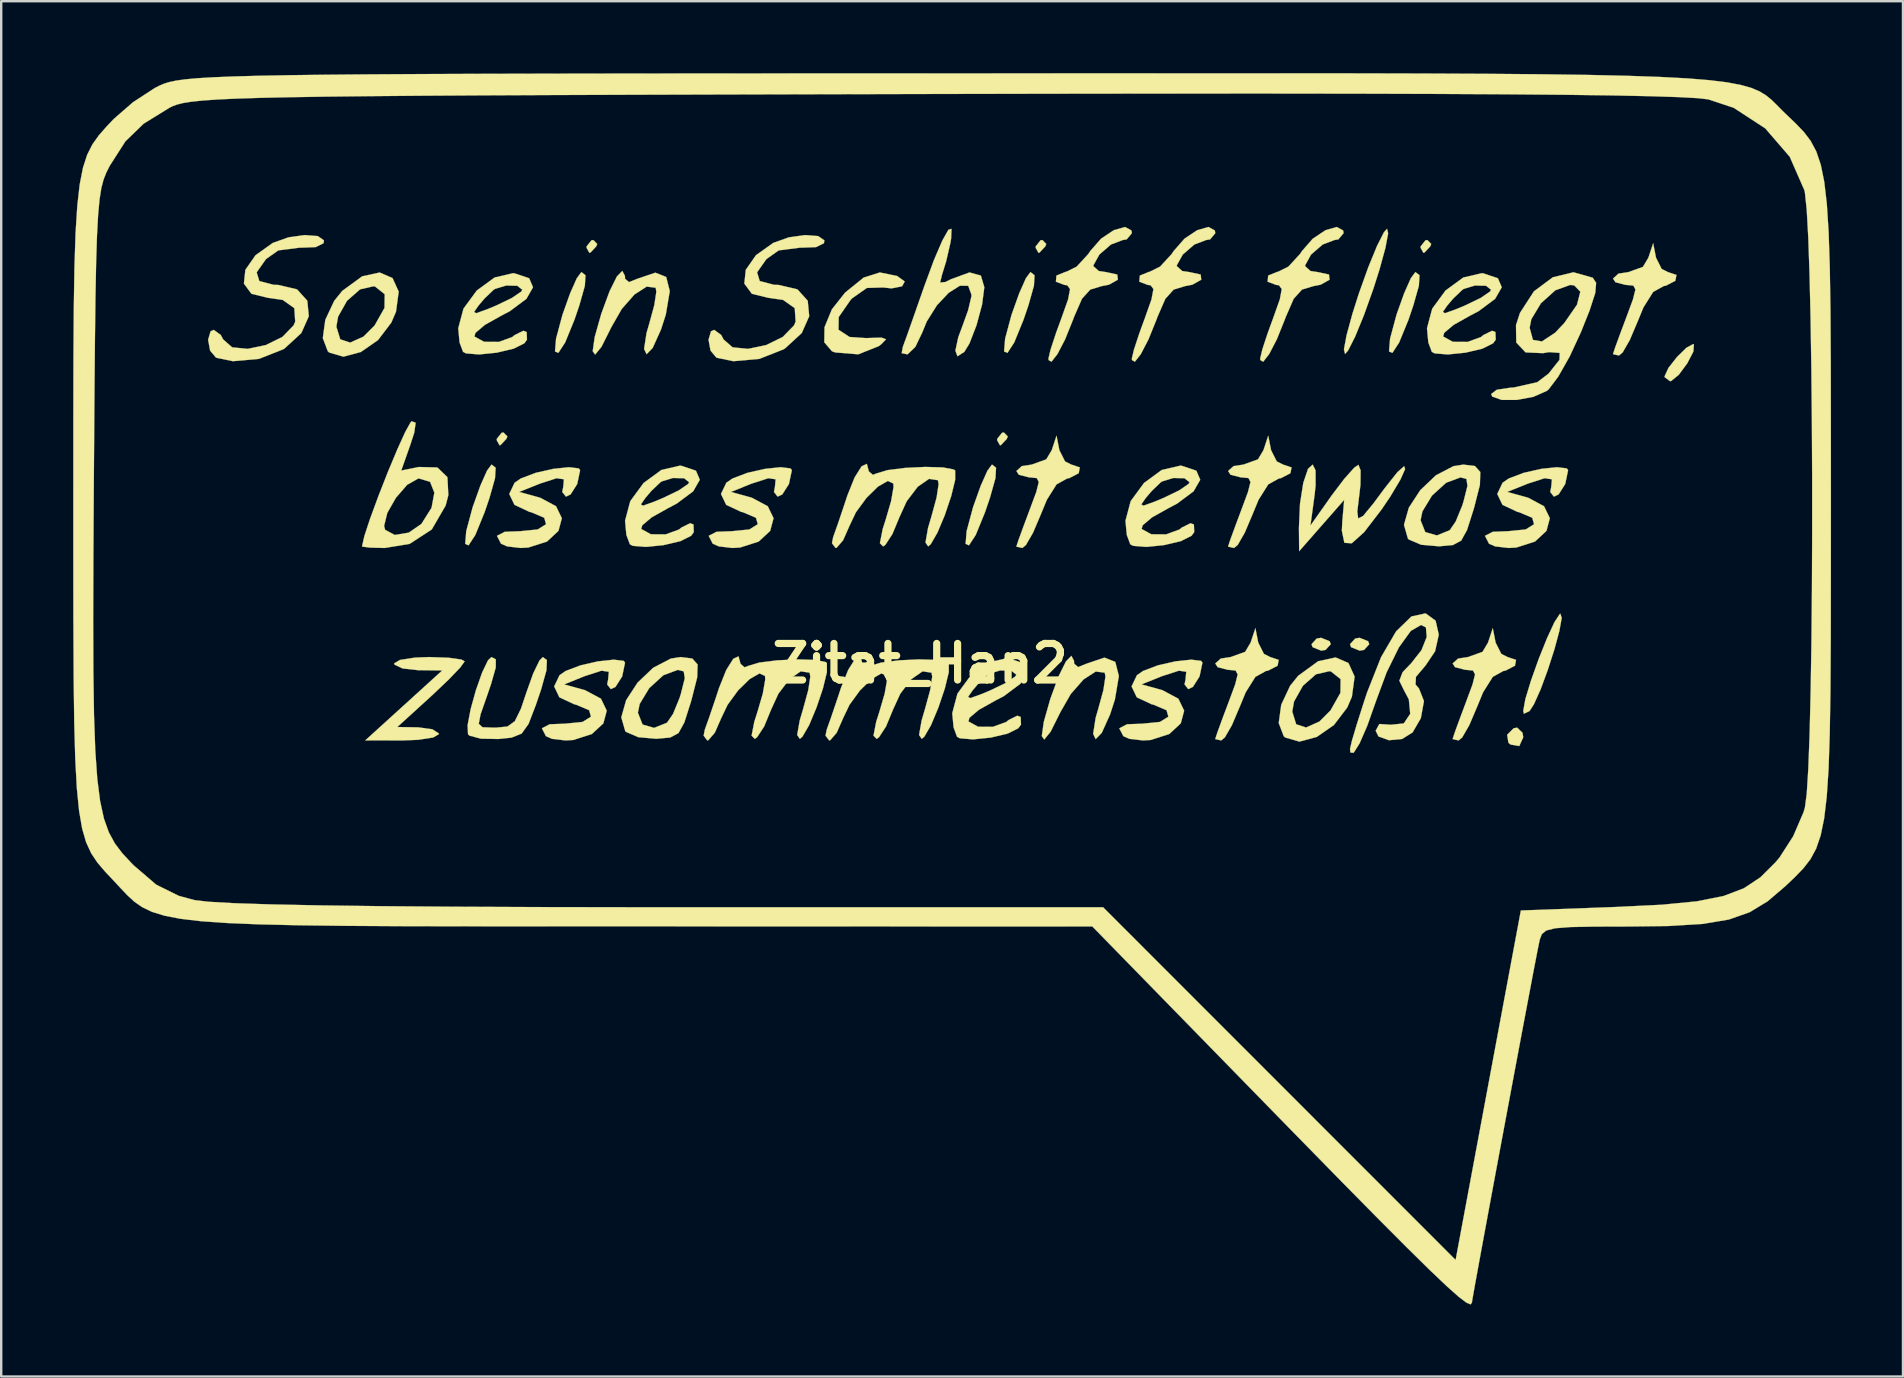
<source format=kicad_pcb>
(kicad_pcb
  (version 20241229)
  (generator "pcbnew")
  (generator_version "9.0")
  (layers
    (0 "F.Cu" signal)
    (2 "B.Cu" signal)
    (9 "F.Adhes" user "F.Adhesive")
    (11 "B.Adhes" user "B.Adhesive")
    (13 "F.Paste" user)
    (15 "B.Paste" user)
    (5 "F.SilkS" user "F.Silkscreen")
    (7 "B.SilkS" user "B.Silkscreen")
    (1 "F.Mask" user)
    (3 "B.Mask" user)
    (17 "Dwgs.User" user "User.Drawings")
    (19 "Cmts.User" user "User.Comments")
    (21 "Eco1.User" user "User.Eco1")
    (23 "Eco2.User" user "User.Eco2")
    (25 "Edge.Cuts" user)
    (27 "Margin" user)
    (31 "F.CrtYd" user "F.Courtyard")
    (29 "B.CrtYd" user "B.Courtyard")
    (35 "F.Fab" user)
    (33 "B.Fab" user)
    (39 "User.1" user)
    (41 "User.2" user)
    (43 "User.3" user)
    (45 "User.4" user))
  (footprint "Zitat_Han2"
    (layer "F.Cu")
    (at 35.298 24.6)
    (property "Reference" "Zitat_Han2" (at 0 0 0) (layer "F.SilkS") (effects (font (size 1.524 1.524) (thickness 0.3))))
    (attr through_hole)
    (fp_poly (pts (xy -17.203 -9.461) (xy -17.245 -9.358) (xy -17.486 -9.103) (xy -17.528 -9.091) (xy -17.643 -9.297) (xy -17.646 -9.358) (xy -17.441 -9.615) (xy -17.363 -9.625) (xy -17.203 -9.461)) (stroke (width 0.01) (type solid)) (fill yes) (layer "F.SilkS"))
    (fp_poly (pts (xy -13.46 -17.483) (xy -13.502 -17.379) (xy -13.742 -17.124) (xy -13.785 -17.112) (xy -13.9 -17.318) (xy -13.903 -17.379) (xy -13.698 -17.636) (xy -13.62 -17.646) (xy -13.46 -17.483)) (stroke (width 0.01) (type solid)) (fill yes) (layer "F.SilkS"))
    (fp_poly (pts (xy 3.651 -9.461) (xy 3.609 -9.358) (xy 3.369 -9.103) (xy 3.326 -9.091) (xy 3.211 -9.297) (xy 3.208 -9.358) (xy 3.414 -9.615) (xy 3.492 -9.625) (xy 3.651 -9.461)) (stroke (width 0.01) (type solid)) (fill yes) (layer "F.SilkS"))
    (fp_poly (pts (xy 5.255 -17.483) (xy 5.214 -17.379) (xy 4.973 -17.124) (xy 4.931 -17.112) (xy 4.816 -17.318) (xy 4.813 -17.379) (xy 5.018 -17.636) (xy 5.096 -17.646) (xy 5.255 -17.483)) (stroke (width 0.01) (type solid)) (fill yes) (layer "F.SilkS"))
    (fp_poly (pts (xy 17.066 -0.925) (xy 17.112 -0.802) (xy 16.895 -0.565) (xy 16.711 -0.535) (xy 16.355 -0.679) (xy 16.309 -0.802) (xy 16.526 -1.039) (xy 16.711 -1.069) (xy 17.066 -0.925)) (stroke (width 0.01) (type solid)) (fill yes) (layer "F.SilkS"))
    (fp_poly (pts (xy 18.671 -0.925) (xy 18.716 -0.802) (xy 18.499 -0.565) (xy 18.315 -0.535) (xy 17.959 -0.679) (xy 17.914 -0.802) (xy 18.13 -1.039) (xy 18.315 -1.069) (xy 18.671 -0.925)) (stroke (width 0.01) (type solid)) (fill yes) (layer "F.SilkS"))
    (fp_poly (pts (xy 21.298 -17.483) (xy 21.256 -17.379) (xy 21.016 -17.124) (xy 20.973 -17.112) (xy 20.858 -17.318) (xy 20.855 -17.379) (xy 21.06 -17.636) (xy 21.138 -17.646) (xy 21.298 -17.483)) (stroke (width 0.01) (type solid)) (fill yes) (layer "F.SilkS"))
    (fp_poly (pts (xy 25.104 2.89) (xy 25.133 3.075) (xy 24.968 3.443) (xy 24.599 3.377) (xy 24.516 3.305) (xy 24.462 2.972) (xy 24.733 2.701) (xy 24.881 2.674) (xy 25.104 2.89)) (stroke (width 0.01) (type solid)) (fill yes) (layer "F.SilkS"))
    (fp_poly (pts (xy 32.246 -13.296) (xy 32.223 -12.997) (xy 31.969 -12.508) (xy 31.617 -12.032) (xy 31.298 -11.772) (xy 31.251 -11.764) (xy 31.025 -11.933) (xy 31.024 -11.965) (xy 31.184 -12.317) (xy 31.54 -12.771) (xy 31.936 -13.159) (xy 32.216 -13.31) (xy 32.246 -13.296)) (stroke (width 0.01) (type solid)) (fill yes) (layer "F.SilkS"))
    (fp_poly (pts (xy -17.692 -8.158) (xy -17.718 -7.719) (xy -17.948 -6.902) (xy -18.153 -6.3) (xy -18.539 -5.355) (xy -18.821 -4.923) (xy -18.961 -4.983) (xy -18.917 -5.517) (xy -18.652 -6.506) (xy -18.642 -6.535) (xy -18.33 -7.408) (xy -18.051 -8.036) (xy -17.864 -8.288) (xy -17.859 -8.288) (xy -17.692 -8.158)) (stroke (width 0.01) (type solid)) (fill yes) (layer "F.SilkS"))
    (fp_poly (pts (xy -13.948 -16.179) (xy -13.974 -15.74) (xy -14.204 -14.923) (xy -14.409 -14.321) (xy -14.796 -13.376) (xy -15.078 -12.944) (xy -15.218 -13.004) (xy -15.174 -13.538) (xy -14.908 -14.527) (xy -14.899 -14.556) (xy -14.587 -15.429) (xy -14.308 -16.057) (xy -14.121 -16.309) (xy -14.116 -16.309) (xy -13.948 -16.179)) (stroke (width 0.01) (type solid)) (fill yes) (layer "F.SilkS"))
    (fp_poly (pts (xy 3.163 -8.158) (xy 3.137 -7.719) (xy 2.907 -6.902) (xy 2.702 -6.3) (xy 2.316 -5.355) (xy 2.033 -4.923) (xy 1.894 -4.983) (xy 1.937 -5.517) (xy 2.203 -6.506) (xy 2.212 -6.535) (xy 2.525 -7.408) (xy 2.804 -8.036) (xy 2.991 -8.288) (xy 2.996 -8.288) (xy 3.163 -8.158)) (stroke (width 0.01) (type solid)) (fill yes) (layer "F.SilkS"))
    (fp_poly (pts (xy 4.767 -16.179) (xy 4.741 -15.74) (xy 4.511 -14.923) (xy 4.306 -14.321) (xy 3.92 -13.376) (xy 3.638 -12.944) (xy 3.498 -13.004) (xy 3.541 -13.538) (xy 3.807 -14.527) (xy 3.817 -14.556) (xy 4.129 -15.429) (xy 4.408 -16.057) (xy 4.595 -16.309) (xy 4.6 -16.309) (xy 4.767 -16.179)) (stroke (width 0.01) (type solid)) (fill yes) (layer "F.SilkS"))
    (fp_poly (pts (xy 20.81 -16.179) (xy 20.784 -15.74) (xy 20.553 -14.923) (xy 20.349 -14.321) (xy 19.962 -13.376) (xy 19.68 -12.944) (xy 19.54 -13.004) (xy 19.584 -13.538) (xy 19.85 -14.527) (xy 19.859 -14.556) (xy 20.171 -15.429) (xy 20.45 -16.057) (xy 20.637 -16.309) (xy 20.642 -16.309) (xy 20.81 -16.179)) (stroke (width 0.01) (type solid)) (fill yes) (layer "F.SilkS"))
    (fp_poly (pts (xy 19.503 -17.925) (xy 19.392 -17.33) (xy 19.146 -16.43) (xy 18.885 -15.608) (xy 18.492 -14.51) (xy 18.127 -13.62) (xy 17.838 -13.048) (xy 17.708 -12.899) (xy 17.661 -13.089) (xy 17.772 -13.685) (xy 18.018 -14.585) (xy 18.279 -15.406) (xy 18.672 -16.504) (xy 19.037 -17.395) (xy 19.326 -17.966) (xy 19.457 -18.116) (xy 19.503 -17.925)) (stroke (width 0.01) (type solid)) (fill yes) (layer "F.SilkS"))
    (fp_poly (pts (xy 26.737 -1.899) (xy 26.64 -1.36) (xy 26.434 -0.595) (xy 26.159 0.26) (xy 25.861 1.07) (xy 25.58 1.699) (xy 25.397 1.982) (xy 25.161 2.095) (xy 25.133 1.977) (xy 25.223 1.48) (xy 25.457 0.71) (xy 25.775 -0.181) (xy 26.12 -1.042) (xy 26.433 -1.719) (xy 26.657 -2.062) (xy 26.68 -2.075) (xy 26.737 -1.899)) (stroke (width 0.01) (type solid)) (fill yes) (layer "F.SilkS"))
    (fp_poly (pts (xy -19.648 -0.238) (xy -19.114 -0.162) (xy -18.983 -0.088) (xy -19.167 0.168) (xy -19.65 0.672) (xy -20.331 1.319) (xy -20.387 1.37) (xy -21.791 2.649) (xy -20.922 2.662) (xy -20.33 2.742) (xy -20.055 2.921) (xy -20.053 2.941) (xy -20.295 3.085) (xy -20.923 3.182) (xy -21.59 3.208) (xy -23.127 3.207) (xy -21.523 1.75) (xy -19.919 0.292) (xy -20.922 0.28) (xy -21.566 0.209) (xy -21.908 0.048) (xy -21.924 0) (xy -21.682 -0.146) (xy -21.059 -0.244) (xy -20.454 -0.267) (xy -19.648 -0.238)) (stroke (width 0.01) (type solid)) (fill yes) (layer "F.SilkS"))
    (fp_poly (pts (xy -0.959 -16.148) (xy -0.644 -15.918) (xy -0.755 -15.717) (xy -1.187 -15.632) (xy -1.549 -15.67) (xy -2.221 -15.65) (xy -2.831 -15.222) (xy -2.9 -15.15) (xy -3.395 -14.436) (xy -3.403 -13.907) (xy -2.943 -13.607) (xy -2.262 -13.56) (xy -1.612 -13.58) (xy -1.421 -13.511) (xy -1.616 -13.308) (xy -1.722 -13.226) (xy -2.579 -12.884) (xy -3.54 -12.962) (xy -3.676 -13.011) (xy -3.996 -13.385) (xy -3.986 -14.014) (xy -3.679 -14.758) (xy -3.129 -15.455) (xy -2.354 -16.082) (xy -1.681 -16.295) (xy -0.959 -16.148)) (stroke (width 0.01) (type solid)) (fill yes) (layer "F.SilkS"))
    (fp_poly (pts (xy -12.304 -16.153) (xy -12.299 -16.033) (xy -12.135 -15.892) (xy -11.782 -16.033) (xy -11.036 -16.286) (xy -10.584 -16.107) (xy -10.435 -15.518) (xy -10.6 -14.539) (xy -10.8 -13.919) (xy -11.147 -13.151) (xy -11.401 -12.889) (xy -11.506 -13.107) (xy -11.403 -13.775) (xy -11.294 -14.15) (xy -11.08 -14.933) (xy -10.995 -15.494) (xy -11.023 -15.658) (xy -11.397 -15.706) (xy -11.906 -15.378) (xy -12.438 -14.772) (xy -12.871 -14.014) (xy -13.281 -13.196) (xy -13.546 -12.872) (xy -13.647 -13.016) (xy -13.564 -13.602) (xy -13.29 -14.572) (xy -12.944 -15.512) (xy -12.639 -16.127) (xy -12.413 -16.36) (xy -12.304 -16.153)) (stroke (width 0.01) (type solid)) (fill yes) (layer "F.SilkS"))
    (fp_poly (pts (xy 6.412 -0.111) (xy 6.417 0.009) (xy 6.581 0.15) (xy 6.934 0.009) (xy 7.68 -0.244) (xy 8.132 -0.065) (xy 8.281 0.524) (xy 8.116 1.503) (xy 7.915 2.123) (xy 7.569 2.891) (xy 7.314 3.153) (xy 7.209 2.936) (xy 7.313 2.267) (xy 7.422 1.892) (xy 7.636 1.109) (xy 7.721 0.548) (xy 7.692 0.384) (xy 7.319 0.336) (xy 6.81 0.664) (xy 6.278 1.27) (xy 5.844 2.028) (xy 5.435 2.846) (xy 5.17 3.17) (xy 5.069 3.026) (xy 5.151 2.44) (xy 5.426 1.471) (xy 5.771 0.53) (xy 6.076 -0.085) (xy 6.303 -0.318) (xy 6.412 -0.111)) (stroke (width 0.01) (type solid)) (fill yes) (layer "F.SilkS"))
    (fp_poly (pts (xy -21.989 -16.061) (xy -21.732 -15.497) (xy -21.845 -14.657) (xy -22.039 -14.207) (xy -22.594 -13.477) (xy -23.308 -12.981) (xy -24.034 -12.785) (xy -24.626 -12.957) (xy -24.687 -13.012) (xy -24.895 -13.559) (xy -24.83 -14.037) (xy -24.331 -14.037) (xy -24.168 -13.509) (xy -23.754 -13.372) (xy -23.198 -13.623) (xy -22.736 -14.086) (xy -22.323 -14.819) (xy -22.316 -15.389) (xy -22.714 -15.706) (xy -22.78 -15.721) (xy -23.343 -15.591) (xy -23.887 -15.113) (xy -24.257 -14.456) (xy -24.331 -14.037) (xy -24.83 -14.037) (xy -24.791 -14.321) (xy -24.42 -15.112) (xy -24.084 -15.528) (xy -23.254 -16.135) (xy -22.526 -16.293) (xy -21.989 -16.061)) (stroke (width 0.01) (type solid)) (fill yes) (layer "F.SilkS"))
    (fp_poly (pts (xy 5.801 -8.89) (xy 6.038 -8.42) (xy 6.302 -8.288) (xy 6.653 -8.171) (xy 6.608 -7.928) (xy 6.218 -7.725) (xy 6.118 -7.705) (xy 5.683 -7.463) (xy 5.28 -6.822) (xy 5.03 -6.216) (xy 4.704 -5.449) (xy 4.409 -4.939) (xy 4.259 -4.813) (xy 4.014 -4.868) (xy 4.011 -4.879) (xy 4.098 -5.144) (xy 4.322 -5.758) (xy 4.544 -6.35) (xy 4.839 -7.146) (xy 4.944 -7.564) (xy 4.859 -7.726) (xy 4.583 -7.754) (xy 4.544 -7.754) (xy 4.11 -7.866) (xy 4.011 -8.021) (xy 4.238 -8.226) (xy 4.648 -8.288) (xy 5.255 -8.506) (xy 5.484 -8.89) (xy 5.683 -9.492) (xy 5.801 -8.89)) (stroke (width 0.01) (type solid)) (fill yes) (layer "F.SilkS"))
    (fp_poly (pts (xy 14.089 -0.869) (xy 14.326 -0.399) (xy 14.59 -0.267) (xy 14.942 -0.15) (xy 14.897 0.093) (xy 14.506 0.296) (xy 14.406 0.316) (xy 13.971 0.558) (xy 13.568 1.199) (xy 13.318 1.805) (xy 12.992 2.572) (xy 12.698 3.082) (xy 12.548 3.208) (xy 12.303 3.153) (xy 12.299 3.142) (xy 12.386 2.877) (xy 12.61 2.263) (xy 12.833 1.671) (xy 13.128 0.875) (xy 13.232 0.457) (xy 13.147 0.295) (xy 12.871 0.267) (xy 12.833 0.267) (xy 12.399 0.155) (xy 12.299 0) (xy 12.527 -0.204) (xy 12.936 -0.267) (xy 13.543 -0.484) (xy 13.772 -0.869) (xy 13.971 -1.471) (xy 14.089 -0.869)) (stroke (width 0.01) (type solid)) (fill yes) (layer "F.SilkS"))
    (fp_poly (pts (xy 14.624 -8.89) (xy 14.861 -8.42) (xy 15.125 -8.288) (xy 15.477 -8.171) (xy 15.431 -7.928) (xy 15.041 -7.725) (xy 14.941 -7.705) (xy 14.506 -7.463) (xy 14.103 -6.822) (xy 13.853 -6.216) (xy 13.527 -5.449) (xy 13.233 -4.939) (xy 13.082 -4.813) (xy 12.838 -4.868) (xy 12.834 -4.879) (xy 12.921 -5.144) (xy 13.145 -5.758) (xy 13.367 -6.35) (xy 13.662 -7.146) (xy 13.767 -7.564) (xy 13.682 -7.726) (xy 13.406 -7.754) (xy 13.367 -7.754) (xy 12.933 -7.866) (xy 12.834 -8.021) (xy 13.062 -8.226) (xy 13.471 -8.288) (xy 14.078 -8.506) (xy 14.307 -8.89) (xy 14.506 -9.492) (xy 14.624 -8.89)) (stroke (width 0.01) (type solid)) (fill yes) (layer "F.SilkS"))
    (fp_poly (pts (xy 17.849 -0.019) (xy 18.106 0.546) (xy 17.993 1.385) (xy 17.799 1.835) (xy 17.244 2.565) (xy 16.53 3.061) (xy 15.804 3.257) (xy 15.212 3.085) (xy 15.151 3.03) (xy 14.943 2.483) (xy 15.008 2.005) (xy 15.507 2.005) (xy 15.67 2.533) (xy 16.083 2.67) (xy 16.64 2.419) (xy 17.102 1.956) (xy 17.515 1.223) (xy 17.522 0.653) (xy 17.123 0.336) (xy 17.058 0.321) (xy 16.495 0.451) (xy 15.951 0.929) (xy 15.581 1.587) (xy 15.507 2.005) (xy 15.008 2.005) (xy 15.047 1.721) (xy 15.418 0.93) (xy 15.754 0.514) (xy 16.583 -0.092) (xy 17.312 -0.251) (xy 17.849 -0.019)) (stroke (width 0.01) (type solid)) (fill yes) (layer "F.SilkS"))
    (fp_poly (pts (xy 23.982 -0.869) (xy 24.219 -0.399) (xy 24.483 -0.267) (xy 24.834 -0.15) (xy 24.789 0.093) (xy 24.399 0.296) (xy 24.299 0.316) (xy 23.864 0.558) (xy 23.461 1.199) (xy 23.211 1.805) (xy 22.885 2.572) (xy 22.59 3.082) (xy 22.44 3.208) (xy 22.196 3.153) (xy 22.192 3.142) (xy 22.279 2.877) (xy 22.503 2.263) (xy 22.725 1.671) (xy 23.02 0.875) (xy 23.125 0.457) (xy 23.04 0.295) (xy 22.764 0.267) (xy 22.725 0.267) (xy 22.291 0.155) (xy 22.192 0) (xy 22.419 -0.204) (xy 22.829 -0.267) (xy 23.436 -0.484) (xy 23.665 -0.869) (xy 23.864 -1.471) (xy 23.982 -0.869)) (stroke (width 0.01) (type solid)) (fill yes) (layer "F.SilkS"))
    (fp_poly (pts (xy 30.666 -16.911) (xy 30.903 -16.441) (xy 31.167 -16.309) (xy 31.519 -16.192) (xy 31.473 -15.949) (xy 31.083 -15.746) (xy 30.983 -15.726) (xy 30.548 -15.484) (xy 30.145 -14.843) (xy 29.895 -14.237) (xy 29.569 -13.47) (xy 29.275 -12.961) (xy 29.124 -12.834) (xy 28.88 -12.889) (xy 28.876 -12.901) (xy 28.963 -13.165) (xy 29.187 -13.779) (xy 29.41 -14.371) (xy 29.704 -15.167) (xy 29.809 -15.585) (xy 29.724 -15.747) (xy 29.448 -15.775) (xy 29.409 -15.775) (xy 28.976 -15.887) (xy 28.876 -16.042) (xy 29.104 -16.247) (xy 29.513 -16.309) (xy 30.12 -16.527) (xy 30.349 -16.911) (xy 30.548 -17.513) (xy 30.666 -16.911)) (stroke (width 0.01) (type solid)) (fill yes) (layer "F.SilkS"))
    (fp_poly (pts (xy -15.555 -0.141) (xy -15.575 0.285) (xy -15.798 1.085) (xy -16.019 1.736) (xy -16.319 2.516) (xy -16.608 2.923) (xy -17.036 3.092) (xy -17.581 3.148) (xy -18.305 3.135) (xy -18.779 3.01) (xy -18.843 2.951) (xy -18.861 2.574) (xy -18.734 1.905) (xy -18.515 1.116) (xy -18.256 0.379) (xy -18.009 -0.134) (xy -17.865 -0.267) (xy -17.685 -0.174) (xy -17.688 0.171) (xy -17.885 0.864) (xy -18.047 1.337) (xy -18.32 2.117) (xy -18.396 2.515) (xy -18.239 2.658) (xy -17.812 2.674) (xy -17.66 2.674) (xy -17.197 2.627) (xy -16.891 2.403) (xy -16.634 1.879) (xy -16.408 1.203) (xy -16.124 0.411) (xy -15.866 -0.123) (xy -15.726 -0.267) (xy -15.555 -0.141)) (stroke (width 0.01) (type solid)) (fill yes) (layer "F.SilkS"))
    (fp_poly (pts (xy -9.498 -0.207) (xy -9.275 0.042) (xy -9.292 0.579) (xy -9.527 1.504) (xy -9.563 1.628) (xy -9.828 2.459) (xy -10.072 2.902) (xy -10.417 3.086) (xy -10.983 3.138) (xy -10.994 3.139) (xy -11.744 3.073) (xy -12.255 2.854) (xy -12.292 2.816) (xy -12.456 2.245) (xy -12.401 2.052) (xy -11.764 2.052) (xy -11.569 2.545) (xy -11.088 2.685) (xy -10.55 2.469) (xy -10.299 2.102) (xy -10.028 1.442) (xy -9.974 1.27) (xy -9.81 0.619) (xy -9.853 0.33) (xy -10.101 0.267) (xy -10.7 0.489) (xy -11.289 1.026) (xy -11.689 1.686) (xy -11.764 2.052) (xy -12.401 2.052) (xy -12.254 1.531) (xy -11.779 0.801) (xy -11.127 0.18) (xy -10.393 -0.203) (xy -9.983 -0.267) (xy -9.498 -0.207)) (stroke (width 0.01) (type solid)) (fill yes) (layer "F.SilkS"))
    (fp_poly (pts (xy 16.478 -8.049) (xy 16.48 -7.419) (xy 16.437 -7.018) (xy 16.265 -5.748) (xy 17.156 -7.01) (xy 17.673 -7.693) (xy 18.086 -8.155) (xy 18.264 -8.28) (xy 18.356 -8.049) (xy 18.349 -7.45) (xy 18.3 -7.018) (xy 18.218 -6.338) (xy 18.254 -6.043) (xy 18.46 -6.148) (xy 18.886 -6.666) (xy 19.359 -7.303) (xy 19.889 -7.972) (xy 20.17 -8.222) (xy 20.21 -8.103) (xy 20.016 -7.665) (xy 19.595 -6.959) (xy 19.235 -6.425) (xy 18.504 -5.473) (xy 17.987 -5.008) (xy 17.679 -5.028) (xy 17.574 -5.532) (xy 17.592 -5.909) (xy 17.671 -6.818) (xy 16.733 -5.748) (xy 15.795 -4.679) (xy 15.785 -5.648) (xy 15.83 -6.66) (xy 15.967 -7.528) (xy 16.166 -8.114) (xy 16.359 -8.288) (xy 16.478 -8.049)) (stroke (width 0.01) (type solid)) (fill yes) (layer "F.SilkS"))
    (fp_poly (pts (xy 23.121 -8.228) (xy 23.344 -7.979) (xy 23.327 -7.442) (xy 23.092 -6.517) (xy 23.056 -6.394) (xy 22.791 -5.562) (xy 22.547 -5.119) (xy 22.202 -4.935) (xy 21.636 -4.883) (xy 21.624 -4.882) (xy 20.875 -4.948) (xy 20.364 -5.167) (xy 20.327 -5.205) (xy 20.163 -5.776) (xy 20.217 -5.969) (xy 20.855 -5.969) (xy 21.05 -5.476) (xy 21.531 -5.336) (xy 22.069 -5.552) (xy 22.32 -5.919) (xy 22.591 -6.579) (xy 22.645 -6.751) (xy 22.809 -7.403) (xy 22.766 -7.691) (xy 22.518 -7.754) (xy 21.919 -7.532) (xy 21.33 -6.995) (xy 20.93 -6.335) (xy 20.855 -5.969) (xy 20.217 -5.969) (xy 20.365 -6.49) (xy 20.84 -7.22) (xy 21.492 -7.841) (xy 22.226 -8.224) (xy 22.636 -8.288) (xy 23.121 -8.228)) (stroke (width 0.01) (type solid)) (fill yes) (layer "F.SilkS"))
    (fp_poly (pts (xy -14.228 -8.13) (xy -14.171 -8.055) (xy -14.292 -7.479) (xy -14.569 -7.044) (xy -14.762 -6.952) (xy -14.917 -7.147) (xy -14.876 -7.353) (xy -14.846 -7.675) (xy -15.151 -7.72) (xy -15.853 -7.493) (xy -15.958 -7.451) (xy -16.711 -7.149) (xy -15.842 -6.909) (xy -15.175 -6.553) (xy -14.933 -6.053) (xy -15.074 -5.525) (xy -15.553 -5.08) (xy -16.328 -4.832) (xy -16.648 -4.813) (xy -17.217 -4.88) (xy -17.468 -4.991) (xy -17.637 -5.319) (xy -17.313 -5.487) (xy -16.671 -5.512) (xy -15.94 -5.585) (xy -15.591 -5.803) (xy -15.667 -6.072) (xy -16.211 -6.303) (xy -16.286 -6.319) (xy -16.907 -6.61) (xy -17.125 -7.064) (xy -16.901 -7.532) (xy -16.644 -7.709) (xy -16.024 -7.944) (xy -15.296 -8.109) (xy -14.638 -8.179) (xy -14.228 -8.13)) (stroke (width 0.01) (type solid)) (fill yes) (layer "F.SilkS"))
    (fp_poly (pts (xy -12.356 -0.109) (xy -12.299 -0.034) (xy -12.42 0.542) (xy -12.697 0.977) (xy -12.891 1.069) (xy -13.045 0.874) (xy -13.004 0.668) (xy -12.974 0.346) (xy -13.28 0.301) (xy -13.982 0.528) (xy -14.086 0.57) (xy -14.839 0.872) (xy -13.97 1.112) (xy -13.303 1.468) (xy -13.062 1.968) (xy -13.202 2.496) (xy -13.682 2.941) (xy -14.456 3.189) (xy -14.777 3.208) (xy -15.345 3.141) (xy -15.596 3.03) (xy -15.765 2.702) (xy -15.441 2.534) (xy -14.8 2.51) (xy -14.069 2.436) (xy -13.719 2.218) (xy -13.795 1.949) (xy -14.34 1.718) (xy -14.415 1.702) (xy -15.036 1.411) (xy -15.253 0.957) (xy -15.03 0.49) (xy -14.772 0.312) (xy -14.152 0.077) (xy -13.425 -0.088) (xy -12.767 -0.158) (xy -12.356 -0.109)) (stroke (width 0.01) (type solid)) (fill yes) (layer "F.SilkS"))
    (fp_poly (pts (xy -5.405 -8.13) (xy -5.347 -8.055) (xy -5.469 -7.479) (xy -5.746 -7.044) (xy -5.939 -6.952) (xy -6.094 -7.147) (xy -6.053 -7.353) (xy -6.023 -7.675) (xy -6.328 -7.72) (xy -7.03 -7.493) (xy -7.135 -7.451) (xy -7.887 -7.149) (xy -7.018 -6.909) (xy -6.351 -6.553) (xy -6.11 -6.053) (xy -6.251 -5.525) (xy -6.73 -5.08) (xy -7.504 -4.832) (xy -7.825 -4.813) (xy -8.394 -4.88) (xy -8.645 -4.991) (xy -8.813 -5.319) (xy -8.489 -5.487) (xy -7.848 -5.512) (xy -7.117 -5.585) (xy -6.767 -5.803) (xy -6.843 -6.072) (xy -7.388 -6.303) (xy -7.463 -6.319) (xy -8.084 -6.61) (xy -8.302 -7.064) (xy -8.078 -7.532) (xy -7.821 -7.709) (xy -7.201 -7.944) (xy -6.473 -8.109) (xy -5.815 -8.179) (xy -5.405 -8.13)) (stroke (width 0.01) (type solid)) (fill yes) (layer "F.SilkS"))
    (fp_poly (pts (xy 11.707 -0.109) (xy 11.764 -0.034) (xy 11.643 0.542) (xy 11.366 0.977) (xy 11.172 1.069) (xy 11.018 0.874) (xy 11.059 0.668) (xy 11.089 0.346) (xy 10.783 0.301) (xy 10.081 0.528) (xy 9.977 0.57) (xy 9.224 0.872) (xy 10.093 1.112) (xy 10.76 1.468) (xy 11.002 1.968) (xy 10.861 2.496) (xy 10.381 2.941) (xy 9.607 3.189) (xy 9.286 3.208) (xy 8.718 3.141) (xy 8.467 3.03) (xy 8.298 2.702) (xy 8.622 2.534) (xy 9.263 2.51) (xy 9.995 2.436) (xy 10.344 2.218) (xy 10.268 1.949) (xy 9.723 1.718) (xy 9.648 1.702) (xy 9.028 1.411) (xy 8.81 0.957) (xy 9.033 0.49) (xy 9.291 0.312) (xy 9.911 0.077) (xy 10.638 -0.088) (xy 11.296 -0.158) (xy 11.707 -0.109)) (stroke (width 0.01) (type solid)) (fill yes) (layer "F.SilkS"))
    (fp_poly (pts (xy 26.947 -8.13) (xy 27.004 -8.055) (xy 26.883 -7.479) (xy 26.606 -7.044) (xy 26.412 -6.952) (xy 26.258 -7.147) (xy 26.299 -7.353) (xy 26.329 -7.675) (xy 26.023 -7.72) (xy 25.321 -7.493) (xy 25.217 -7.451) (xy 24.464 -7.149) (xy 25.333 -6.909) (xy 26 -6.553) (xy 26.242 -6.053) (xy 26.101 -5.525) (xy 25.621 -5.08) (xy 24.847 -4.832) (xy 24.526 -4.813) (xy 23.958 -4.88) (xy 23.707 -4.991) (xy 23.538 -5.319) (xy 23.862 -5.487) (xy 24.503 -5.512) (xy 25.235 -5.585) (xy 25.584 -5.803) (xy 25.508 -6.072) (xy 24.963 -6.303) (xy 24.888 -6.319) (xy 24.268 -6.61) (xy 24.05 -7.064) (xy 24.273 -7.532) (xy 24.531 -7.709) (xy 25.151 -7.944) (xy 25.878 -8.109) (xy 26.536 -8.179) (xy 26.947 -8.13)) (stroke (width 0.01) (type solid)) (fill yes) (layer "F.SilkS"))
    (fp_poly (pts (xy -21.025 -10.032) (xy -21.085 -9.614) (xy -21.245 -9.121) (xy -21.626 -8.041) (xy -20.891 -8.188) (xy -20.121 -8.169) (xy -19.702 -7.765) (xy -19.663 -7.016) (xy -19.775 -6.583) (xy -20.354 -5.585) (xy -21.276 -4.984) (xy -22.316 -4.813) (xy -22.938 -4.829) (xy -23.252 -4.87) (xy -23.26 -4.879) (xy -23.165 -5.303) (xy -23.024 -5.732) (xy -22.341 -5.732) (xy -22.298 -5.57) (xy -21.896 -5.355) (xy -21.314 -5.452) (xy -20.787 -5.815) (xy -20.363 -6.488) (xy -20.246 -7.119) (xy -20.425 -7.571) (xy -20.89 -7.709) (xy -20.922 -7.705) (xy -21.379 -7.446) (xy -21.847 -6.907) (xy -22.208 -6.274) (xy -22.341 -5.732) (xy -23.024 -5.732) (xy -22.919 -6.049) (xy -22.573 -6.988) (xy -22.18 -7.989) (xy -21.79 -8.921) (xy -21.457 -9.653) (xy -21.233 -10.055) (xy -21.191 -10.093) (xy -21.025 -10.032)) (stroke (width 0.01) (type solid)) (fill yes) (layer "F.SilkS"))
    (fp_poly (pts (xy 1.29 -17.706) (xy 1.257 -17.513) (xy 1.082 -16.754) (xy 0.914 -16.212) (xy 0.83 -15.873) (xy 1.058 -15.899) (xy 1.279 -16.011) (xy 2.057 -16.296) (xy 2.529 -16.166) (xy 2.674 -15.681) (xy 2.58 -14.955) (xy 2.347 -14.091) (xy 2.053 -13.333) (xy 1.84 -12.985) (xy 1.555 -12.802) (xy 1.468 -13.034) (xy 1.588 -13.595) (xy 1.734 -13.987) (xy 1.999 -14.72) (xy 2.134 -15.291) (xy 2.139 -15.365) (xy 2.003 -15.739) (xy 1.656 -15.743) (xy 1.19 -15.449) (xy 0.698 -14.927) (xy 0.273 -14.249) (xy 0.084 -13.786) (xy -0.202 -13.192) (xy -0.527 -12.881) (xy -0.77 -12.932) (xy -0.725 -13.184) (xy -0.564 -13.626) (xy -0.283 -14.421) (xy 0.066 -15.418) (xy 0.162 -15.694) (xy 0.578 -16.821) (xy 0.925 -17.628) (xy 1.176 -18.074) (xy 1.307 -18.114) (xy 1.29 -17.706)) (stroke (width 0.01) (type solid)) (fill yes) (layer "F.SilkS"))
    (fp_poly (pts (xy 8.805 -18.045) (xy 8.823 -17.932) (xy 8.608 -17.675) (xy 8.441 -17.646) (xy 7.952 -17.461) (xy 7.468 -17.042) (xy 7.222 -16.597) (xy 7.219 -16.558) (xy 7.443 -16.356) (xy 7.754 -16.309) (xy 8.214 -16.209) (xy 8.239 -15.993) (xy 7.867 -15.785) (xy 7.564 -15.726) (xy 7.089 -15.582) (xy 6.743 -15.199) (xy 6.412 -14.44) (xy 6.372 -14.329) (xy 6.041 -13.508) (xy 5.722 -12.894) (xy 5.472 -12.575) (xy 5.351 -12.645) (xy 5.348 -12.713) (xy 5.437 -13.088) (xy 5.666 -13.783) (xy 5.881 -14.371) (xy 6.167 -15.177) (xy 6.246 -15.604) (xy 6.128 -15.762) (xy 6.015 -15.775) (xy 5.657 -15.91) (xy 5.68 -16.166) (xy 6.057 -16.319) (xy 6.083 -16.32) (xy 6.521 -16.537) (xy 7.004 -17.061) (xy 7.089 -17.189) (xy 7.537 -17.701) (xy 8.069 -18.056) (xy 8.539 -18.191) (xy 8.805 -18.045)) (stroke (width 0.01) (type solid)) (fill yes) (layer "F.SilkS"))
    (fp_poly (pts (xy 12.281 -18.045) (xy 12.299 -17.932) (xy 12.084 -17.675) (xy 11.917 -17.646) (xy 11.428 -17.461) (xy 10.944 -17.042) (xy 10.697 -16.597) (xy 10.695 -16.558) (xy 10.919 -16.356) (xy 11.229 -16.309) (xy 11.69 -16.209) (xy 11.714 -15.993) (xy 11.343 -15.785) (xy 11.04 -15.726) (xy 10.565 -15.582) (xy 10.219 -15.199) (xy 9.888 -14.44) (xy 9.848 -14.329) (xy 9.516 -13.508) (xy 9.197 -12.894) (xy 8.948 -12.575) (xy 8.827 -12.645) (xy 8.823 -12.713) (xy 8.912 -13.088) (xy 9.142 -13.783) (xy 9.357 -14.371) (xy 9.642 -15.177) (xy 9.721 -15.604) (xy 9.604 -15.762) (xy 9.49 -15.775) (xy 9.133 -15.91) (xy 9.156 -16.166) (xy 9.533 -16.319) (xy 9.558 -16.32) (xy 9.997 -16.537) (xy 10.48 -17.061) (xy 10.565 -17.189) (xy 11.013 -17.701) (xy 11.544 -18.056) (xy 12.015 -18.191) (xy 12.281 -18.045)) (stroke (width 0.01) (type solid)) (fill yes) (layer "F.SilkS"))
    (fp_poly (pts (xy 17.628 -18.045) (xy 17.646 -17.932) (xy 17.431 -17.675) (xy 17.264 -17.646) (xy 16.775 -17.461) (xy 16.291 -17.042) (xy 16.045 -16.597) (xy 16.042 -16.558) (xy 16.266 -16.356) (xy 16.577 -16.309) (xy 17.037 -16.209) (xy 17.062 -15.993) (xy 16.69 -15.785) (xy 16.387 -15.726) (xy 15.912 -15.582) (xy 15.567 -15.199) (xy 15.236 -14.44) (xy 15.195 -14.329) (xy 14.864 -13.508) (xy 14.545 -12.894) (xy 14.296 -12.575) (xy 14.174 -12.645) (xy 14.171 -12.713) (xy 14.26 -13.088) (xy 14.489 -13.783) (xy 14.704 -14.371) (xy 14.99 -15.177) (xy 15.069 -15.604) (xy 14.952 -15.762) (xy 14.838 -15.775) (xy 14.48 -15.91) (xy 14.504 -16.166) (xy 14.88 -16.319) (xy 14.906 -16.32) (xy 15.344 -16.537) (xy 15.827 -17.061) (xy 15.913 -17.189) (xy 16.361 -17.701) (xy 16.892 -18.056) (xy 17.362 -18.191) (xy 17.628 -18.045)) (stroke (width 0.01) (type solid)) (fill yes) (layer "F.SilkS"))
    (fp_poly (pts (xy -25.104 -17.811) (xy -24.846 -17.633) (xy -24.865 -17.513) (xy -25.196 -17.351) (xy -25.814 -17.328) (xy -25.849 -17.331) (xy -26.749 -17.215) (xy -27.263 -16.853) (xy -27.651 -16.301) (xy -27.541 -15.937) (xy -26.941 -15.78) (xy -26.754 -15.775) (xy -25.969 -15.591) (xy -25.541 -15.117) (xy -25.478 -14.471) (xy -25.79 -13.77) (xy -26.486 -13.13) (xy -26.543 -13.094) (xy -27.556 -12.694) (xy -28.641 -12.597) (xy -29.344 -12.743) (xy -29.592 -13.038) (xy -29.675 -13.49) (xy -29.572 -13.844) (xy -29.439 -13.903) (xy -29.147 -13.69) (xy -29.046 -13.502) (xy -28.673 -13.175) (xy -28.026 -13.111) (xy -27.273 -13.269) (xy -26.58 -13.608) (xy -26.114 -14.087) (xy -26.045 -14.244) (xy -26.082 -14.807) (xy -26.568 -15.152) (xy -27.172 -15.236) (xy -27.869 -15.406) (xy -28.183 -15.831) (xy -28.123 -16.404) (xy -27.698 -17.015) (xy -26.979 -17.526) (xy -26.329 -17.758) (xy -25.652 -17.853) (xy -25.104 -17.811)) (stroke (width 0.01) (type solid)) (fill yes) (layer "F.SilkS"))
    (fp_poly (pts (xy -4.25 -17.811) (xy -3.992 -17.633) (xy -4.011 -17.513) (xy -4.341 -17.351) (xy -4.96 -17.328) (xy -4.994 -17.331) (xy -5.894 -17.215) (xy -6.408 -16.853) (xy -6.796 -16.301) (xy -6.686 -15.937) (xy -6.086 -15.78) (xy -5.899 -15.775) (xy -5.115 -15.591) (xy -4.686 -15.117) (xy -4.624 -14.471) (xy -4.935 -13.77) (xy -5.631 -13.13) (xy -5.689 -13.094) (xy -6.701 -12.694) (xy -7.786 -12.597) (xy -8.489 -12.743) (xy -8.737 -13.038) (xy -8.82 -13.49) (xy -8.717 -13.844) (xy -8.584 -13.903) (xy -8.292 -13.69) (xy -8.192 -13.502) (xy -7.818 -13.175) (xy -7.172 -13.111) (xy -6.419 -13.269) (xy -5.726 -13.608) (xy -5.259 -14.087) (xy -5.19 -14.244) (xy -5.227 -14.807) (xy -5.713 -15.152) (xy -6.317 -15.236) (xy -7.014 -15.406) (xy -7.328 -15.831) (xy -7.268 -16.404) (xy -6.843 -17.015) (xy -6.124 -17.526) (xy -5.474 -17.758) (xy -4.797 -17.853) (xy -4.25 -17.811)) (stroke (width 0.01) (type solid)) (fill yes) (layer "F.SilkS"))
    (fp_poly (pts (xy -16.914 -16.261) (xy -16.295 -16.054) (xy -16.135 -15.677) (xy -16.41 -15.196) (xy -17.102 -14.68) (xy -17.456 -14.495) (xy -18.139 -14.112) (xy -18.534 -13.778) (xy -18.576 -13.626) (xy -18.173 -13.405) (xy -17.557 -13.401) (xy -16.998 -13.605) (xy -16.902 -13.685) (xy -16.538 -13.865) (xy -16.399 -13.814) (xy -16.386 -13.495) (xy -16.495 -13.343) (xy -16.942 -13.119) (xy -17.645 -12.953) (xy -18.382 -12.878) (xy -18.929 -12.923) (xy -19.05 -12.987) (xy -19.196 -13.38) (xy -19.251 -13.968) (xy -19.069 -14.649) (xy -18.591 -14.649) (xy -18.5 -14.597) (xy -18.049 -14.759) (xy -17.674 -14.915) (xy -17.014 -15.233) (xy -16.624 -15.5) (xy -16.58 -15.574) (xy -16.789 -15.74) (xy -17.255 -15.751) (xy -17.72 -15.609) (xy -17.78 -15.57) (xy -18.158 -15.207) (xy -18.407 -14.915) (xy -18.591 -14.649) (xy -19.069 -14.649) (xy -19.032 -14.788) (xy -18.477 -15.543) (xy -17.737 -16.085) (xy -16.963 -16.265) (xy -16.914 -16.261)) (stroke (width 0.01) (type solid)) (fill yes) (layer "F.SilkS"))
    (fp_poly (pts (xy -9.962 -8.24) (xy -9.344 -8.033) (xy -9.183 -7.656) (xy -9.459 -7.175) (xy -10.151 -6.659) (xy -10.504 -6.474) (xy -11.187 -6.091) (xy -11.583 -5.757) (xy -11.625 -5.605) (xy -11.222 -5.384) (xy -10.606 -5.38) (xy -10.047 -5.584) (xy -9.951 -5.664) (xy -9.587 -5.844) (xy -9.447 -5.793) (xy -9.434 -5.474) (xy -9.544 -5.322) (xy -9.99 -5.098) (xy -10.693 -4.932) (xy -11.43 -4.857) (xy -11.978 -4.902) (xy -12.098 -4.966) (xy -12.244 -5.359) (xy -12.299 -5.947) (xy -12.118 -6.628) (xy -11.639 -6.628) (xy -11.549 -6.576) (xy -11.097 -6.738) (xy -10.723 -6.894) (xy -10.062 -7.212) (xy -9.672 -7.479) (xy -9.628 -7.553) (xy -9.838 -7.719) (xy -10.303 -7.73) (xy -10.768 -7.588) (xy -10.828 -7.549) (xy -11.207 -7.186) (xy -11.455 -6.894) (xy -11.639 -6.628) (xy -12.118 -6.628) (xy -12.08 -6.767) (xy -11.526 -7.522) (xy -10.786 -8.064) (xy -10.011 -8.244) (xy -9.962 -8.24)) (stroke (width 0.01) (type solid)) (fill yes) (layer "F.SilkS"))
    (fp_poly (pts (xy 3.674 -0.219) (xy 4.292 -0.012) (xy 4.453 0.365) (xy 4.177 0.846) (xy 3.485 1.363) (xy 3.132 1.547) (xy 2.449 1.93) (xy 2.053 2.264) (xy 2.011 2.416) (xy 2.414 2.637) (xy 3.03 2.641) (xy 3.589 2.437) (xy 3.685 2.357) (xy 4.049 2.177) (xy 4.189 2.228) (xy 4.202 2.547) (xy 4.092 2.699) (xy 3.646 2.923) (xy 2.942 3.089) (xy 2.205 3.164) (xy 1.658 3.119) (xy 1.537 3.055) (xy 1.392 2.662) (xy 1.337 2.074) (xy 1.518 1.393) (xy 1.997 1.393) (xy 2.087 1.445) (xy 2.539 1.283) (xy 2.913 1.127) (xy 3.574 0.809) (xy 3.963 0.542) (xy 4.008 0.468) (xy 3.798 0.302) (xy 3.332 0.291) (xy 2.868 0.433) (xy 2.807 0.472) (xy 2.429 0.835) (xy 2.181 1.127) (xy 1.997 1.393) (xy 1.518 1.393) (xy 1.555 1.254) (xy 2.11 0.499) (xy 2.85 -0.043) (xy 3.624 -0.223) (xy 3.674 -0.219)) (stroke (width 0.01) (type solid)) (fill yes) (layer "F.SilkS"))
    (fp_poly (pts (xy 10.893 -8.24) (xy 11.511 -8.033) (xy 11.672 -7.656) (xy 11.396 -7.175) (xy 10.704 -6.659) (xy 10.351 -6.474) (xy 9.667 -6.091) (xy 9.272 -5.757) (xy 9.23 -5.605) (xy 9.633 -5.384) (xy 10.249 -5.38) (xy 10.808 -5.584) (xy 10.904 -5.664) (xy 11.268 -5.844) (xy 11.408 -5.793) (xy 11.421 -5.474) (xy 11.311 -5.322) (xy 10.865 -5.098) (xy 10.161 -4.932) (xy 9.424 -4.857) (xy 8.877 -4.902) (xy 8.756 -4.966) (xy 8.611 -5.359) (xy 8.556 -5.947) (xy 8.737 -6.628) (xy 9.216 -6.628) (xy 9.306 -6.576) (xy 9.758 -6.738) (xy 10.132 -6.894) (xy 10.792 -7.212) (xy 11.182 -7.479) (xy 11.227 -7.553) (xy 11.017 -7.719) (xy 10.551 -7.73) (xy 10.087 -7.588) (xy 10.026 -7.549) (xy 9.648 -7.186) (xy 9.4 -6.894) (xy 9.216 -6.628) (xy 8.737 -6.628) (xy 8.774 -6.767) (xy 9.329 -7.522) (xy 10.069 -8.064) (xy 10.843 -8.244) (xy 10.893 -8.24)) (stroke (width 0.01) (type solid)) (fill yes) (layer "F.SilkS"))
    (fp_poly (pts (xy 21.481 -1.784) (xy 21.614 -1.2) (xy 21.459 -0.506) (xy 21.062 0.084) (xy 20.662 0.558) (xy 20.645 0.875) (xy 20.789 1.046) (xy 20.996 1.569) (xy 20.865 2.283) (xy 20.522 2.874) (xy 20.084 3.147) (xy 19.535 3.199) (xy 19.1 3.042) (xy 18.983 2.802) (xy 19.137 2.522) (xy 19.615 2.555) (xy 20.155 2.499) (xy 20.423 2.098) (xy 20.365 1.496) (xy 20.167 1.123) (xy 19.97 0.721) (xy 20.106 0.362) (xy 20.464 -0.01) (xy 20.892 -0.554) (xy 21.111 -1.105) (xy 21.078 -1.502) (xy 20.874 -1.604) (xy 20.447 -1.357) (xy 19.953 -0.673) (xy 19.442 0.364) (xy 18.985 1.599) (xy 18.633 2.597) (xy 18.314 3.328) (xy 18.066 3.723) (xy 17.929 3.711) (xy 17.914 3.559) (xy 17.993 3.222) (xy 18.205 2.511) (xy 18.508 1.561) (xy 18.621 1.22) (xy 19.209 -0.266) (xy 19.836 -1.339) (xy 20.472 -1.958) (xy 21.062 -2.088) (xy 21.481 -1.784)) (stroke (width 0.01) (type solid)) (fill yes) (layer "F.SilkS"))
    (fp_poly (pts (xy 23.459 -16.261) (xy 24.077 -16.054) (xy 24.238 -15.677) (xy 23.962 -15.196) (xy 23.27 -14.68) (xy 22.917 -14.495) (xy 22.234 -14.112) (xy 21.838 -13.778) (xy 21.797 -13.626) (xy 22.199 -13.405) (xy 22.815 -13.401) (xy 23.374 -13.605) (xy 23.47 -13.685) (xy 23.834 -13.865) (xy 23.974 -13.814) (xy 23.987 -13.495) (xy 23.877 -13.343) (xy 23.431 -13.119) (xy 22.728 -12.953) (xy 21.991 -12.878) (xy 21.443 -12.923) (xy 21.323 -12.987) (xy 21.177 -13.38) (xy 21.122 -13.968) (xy 21.303 -14.649) (xy 21.782 -14.649) (xy 21.872 -14.597) (xy 22.324 -14.759) (xy 22.698 -14.915) (xy 23.359 -15.233) (xy 23.749 -15.5) (xy 23.793 -15.574) (xy 23.583 -15.74) (xy 23.118 -15.751) (xy 22.653 -15.609) (xy 22.593 -15.57) (xy 22.214 -15.207) (xy 21.966 -14.915) (xy 21.782 -14.649) (xy 21.303 -14.649) (xy 21.341 -14.788) (xy 21.895 -15.543) (xy 22.635 -16.085) (xy 23.41 -16.265) (xy 23.459 -16.261)) (stroke (width 0.01) (type solid)) (fill yes) (layer "F.SilkS"))
    (fp_poly (pts (xy 28.03 -16.075) (xy 28.171 -15.862) (xy 28.135 -15.441) (xy 27.901 -14.718) (xy 27.536 -13.803) (xy 27.069 -12.796) (xy 26.592 -11.953) (xy 26.193 -11.424) (xy 26.116 -11.36) (xy 25.557 -11.113) (xy 24.867 -10.984) (xy 24.233 -10.984) (xy 23.843 -11.122) (xy 23.796 -11.229) (xy 24.031 -11.407) (xy 24.607 -11.495) (xy 24.721 -11.497) (xy 25.717 -11.721) (xy 26.192 -12.082) (xy 26.644 -12.654) (xy 26.652 -12.943) (xy 26.21 -12.975) (xy 25.959 -12.932) (xy 25.231 -12.964) (xy 24.843 -13.374) (xy 24.833 -13.99) (xy 25.4 -13.99) (xy 25.537 -13.485) (xy 25.911 -13.42) (xy 26.467 -13.788) (xy 26.847 -14.191) (xy 27.374 -14.952) (xy 27.513 -15.492) (xy 27.257 -15.757) (xy 27.088 -15.775) (xy 26.471 -15.552) (xy 25.871 -15.012) (xy 25.47 -14.346) (xy 25.4 -13.99) (xy 24.833 -13.99) (xy 24.831 -14.1) (xy 24.996 -14.608) (xy 25.578 -15.508) (xy 26.365 -16.094) (xy 27.228 -16.303) (xy 28.03 -16.075)) (stroke (width 0.01) (type solid)) (fill yes) (layer "F.SilkS"))
    (fp_poly (pts (xy -7.486 0.016) (xy -7.316 0.161) (xy -7.167 0.102) (xy -6.707 -0.037) (xy -5.967 -0.13) (xy -5.135 -0.17) (xy -4.399 -0.149) (xy -3.944 -0.062) (xy -3.888 -0.019) (xy -3.887 0.364) (xy -4.053 1.045) (xy -4.322 1.841) (xy -4.628 2.571) (xy -4.907 3.052) (xy -5.014 3.142) (xy -5.126 2.98) (xy -5.019 2.374) (xy -4.877 1.892) (xy -4.663 1.109) (xy -4.578 0.548) (xy -4.607 0.384) (xy -4.978 0.328) (xy -5.449 0.656) (xy -5.909 1.262) (xy -6.21 1.919) (xy -6.502 2.625) (xy -6.797 3.076) (xy -6.892 3.144) (xy -7.025 3.009) (xy -6.911 2.424) (xy -6.784 2.029) (xy -6.558 1.253) (xy -6.457 0.672) (xy -6.466 0.52) (xy -6.697 0.415) (xy -7.108 0.652) (xy -7.588 1.123) (xy -8.025 1.722) (xy -8.29 2.277) (xy -8.558 2.886) (xy -8.827 3.198) (xy -8.872 3.208) (xy -9.024 3.009) (xy -8.974 2.755) (xy -8.79 2.241) (xy -8.522 1.449) (xy -8.38 1.017) (xy -8.079 0.267) (xy -7.788 -0.195) (xy -7.57 -0.297) (xy -7.486 0.016)) (stroke (width 0.01) (type solid)) (fill yes) (layer "F.SilkS"))
    (fp_poly (pts (xy -2.406 0.016) (xy -2.236 0.161) (xy -2.087 0.102) (xy -1.627 -0.037) (xy -0.887 -0.13) (xy -0.055 -0.17) (xy 0.681 -0.149) (xy 1.136 -0.062) (xy 1.192 -0.019) (xy 1.193 0.364) (xy 1.027 1.045) (xy 0.758 1.841) (xy 0.452 2.571) (xy 0.173 3.052) (xy 0.066 3.142) (xy -0.046 2.98) (xy 0.061 2.374) (xy 0.203 1.892) (xy 0.417 1.109) (xy 0.502 0.548) (xy 0.473 0.384) (xy 0.102 0.328) (xy -0.369 0.656) (xy -0.829 1.262) (xy -1.13 1.919) (xy -1.422 2.625) (xy -1.717 3.076) (xy -1.812 3.144) (xy -1.945 3.009) (xy -1.831 2.424) (xy -1.704 2.029) (xy -1.478 1.253) (xy -1.377 0.672) (xy -1.386 0.52) (xy -1.617 0.415) (xy -2.028 0.652) (xy -2.508 1.123) (xy -2.945 1.722) (xy -3.21 2.277) (xy -3.478 2.886) (xy -3.747 3.198) (xy -3.792 3.208) (xy -3.944 3.009) (xy -3.894 2.755) (xy -3.71 2.241) (xy -3.442 1.449) (xy -3.3 1.017) (xy -2.999 0.267) (xy -2.708 -0.195) (xy -2.49 -0.297) (xy -2.406 0.016)) (stroke (width 0.01) (type solid)) (fill yes) (layer "F.SilkS"))
    (fp_poly (pts (xy -2.139 -8.005) (xy -1.969 -7.86) (xy -1.82 -7.919) (xy -1.359 -8.058) (xy -0.62 -8.151) (xy 0.212 -8.191) (xy 0.949 -8.17) (xy 1.404 -8.083) (xy 1.459 -8.04) (xy 1.46 -7.657) (xy 1.294 -6.976) (xy 1.026 -6.18) (xy 0.719 -5.45) (xy 0.44 -4.969) (xy 0.334 -4.879) (xy 0.222 -5.041) (xy 0.328 -5.647) (xy 0.47 -6.129) (xy 0.684 -6.912) (xy 0.769 -7.473) (xy 0.741 -7.637) (xy 0.37 -7.693) (xy -0.102 -7.365) (xy -0.562 -6.759) (xy -0.862 -6.102) (xy -1.155 -5.396) (xy -1.449 -4.945) (xy -1.544 -4.877) (xy -1.678 -5.012) (xy -1.563 -5.597) (xy -1.437 -5.993) (xy -1.211 -6.768) (xy -1.11 -7.349) (xy -1.119 -7.501) (xy -1.35 -7.606) (xy -1.761 -7.369) (xy -2.24 -6.898) (xy -2.678 -6.299) (xy -2.942 -5.744) (xy -3.211 -5.135) (xy -3.48 -4.823) (xy -3.525 -4.813) (xy -3.676 -5.012) (xy -3.626 -5.266) (xy -3.443 -5.78) (xy -3.175 -6.572) (xy -3.032 -7.004) (xy -2.731 -7.754) (xy -2.441 -8.216) (xy -2.222 -8.318) (xy -2.139 -8.005)) (stroke (width 0.01) (type solid)) (fill yes) (layer "F.SilkS"))
    (fp_poly (pts (xy 17.899 -24.593) (xy 20.934 -24.586) (xy 23.58 -24.574) (xy 25.865 -24.555) (xy 27.818 -24.528) (xy 29.469 -24.491) (xy 30.845 -24.443) (xy 31.977 -24.383) (xy 32.893 -24.308) (xy 33.621 -24.219) (xy 34.192 -24.112) (xy 34.634 -23.988) (xy 34.976 -23.844) (xy 35.248 -23.679) (xy 35.477 -23.492) (xy 35.693 -23.281) (xy 35.925 -23.045) (xy 36.061 -22.913) (xy 36.474 -22.519) (xy 36.823 -22.157) (xy 37.112 -21.778) (xy 37.347 -21.336) (xy 37.534 -20.783) (xy 37.678 -20.072) (xy 37.785 -19.155) (xy 37.86 -17.986) (xy 37.909 -16.517) (xy 37.937 -14.701) (xy 37.95 -12.491) (xy 37.954 -9.838) (xy 37.955 -6.818) (xy 37.954 -3.695) (xy 37.95 -1.059) (xy 37.936 1.137) (xy 37.907 2.94) (xy 37.858 4.397) (xy 37.781 5.557) (xy 37.673 6.465) (xy 37.528 7.169) (xy 37.34 7.717) (xy 37.103 8.157) (xy 36.811 8.534) (xy 36.461 8.897) (xy 36.061 9.278) (xy 35.319 9.911) (xy 34.569 10.367) (xy 33.701 10.672) (xy 32.61 10.855) (xy 31.188 10.942) (xy 29.558 10.962) (xy 28.107 10.966) (xy 27.104 10.985) (xy 26.461 11.035) (xy 26.091 11.129) (xy 25.907 11.281) (xy 25.822 11.505) (xy 25.809 11.564) (xy 25.727 11.97) (xy 25.566 12.8) (xy 25.344 13.972) (xy 25.073 15.404) (xy 24.77 17.016) (xy 24.45 18.727) (xy 24.127 20.454) (xy 23.818 22.116) (xy 23.537 23.633) (xy 23.299 24.923) (xy 23.12 25.904) (xy 23.015 26.496) (xy 22.994 26.634) (xy 22.943 26.711) (xy 22.77 26.641) (xy 22.445 26.396) (xy 21.94 25.947) (xy 21.223 25.265) (xy 20.266 24.322) (xy 19.038 23.09) (xy 17.51 21.54) (xy 15.653 19.643) (xy 14.877 18.849) (xy 7.176 10.962) (xy -11.719 10.956) (xy -15.469 10.956) (xy -18.722 10.954) (xy -21.518 10.949) (xy -23.895 10.935) (xy -25.89 10.911) (xy -27.543 10.873) (xy -28.892 10.817) (xy -29.975 10.741) (xy -30.83 10.64) (xy -31.497 10.511) (xy -32.014 10.352) (xy -32.418 10.158) (xy -32.75 9.927) (xy -33.046 9.655) (xy -33.345 9.339) (xy -33.608 9.056) (xy -33.978 8.663) (xy -34.29 8.296) (xy -34.548 7.909) (xy -34.758 7.454) (xy -34.924 6.884) (xy -35.051 6.149) (xy -35.145 5.203) (xy -35.211 3.998) (xy -35.254 2.486) (xy -35.278 0.62) (xy -35.289 -1.649) (xy -35.29 -1.872) (xy -34.464 -1.872) (xy -34.457 0.338) (xy -34.43 2.157) (xy -34.377 3.63) (xy -34.294 4.807) (xy -34.176 5.735) (xy -34.018 6.462) (xy -33.814 7.034) (xy -33.561 7.5) (xy -33.252 7.908) (xy -32.884 8.304) (xy -32.764 8.425) (xy -31.837 9.219) (xy -30.902 9.683) (xy -30.237 9.863) (xy -29.657 9.931) (xy -28.599 9.991) (xy -27.053 10.041) (xy -25.013 10.082) (xy -22.471 10.115) (xy -19.419 10.138) (xy -15.85 10.153) (xy -11.755 10.16) (xy -10.613 10.16) (xy 7.624 10.16) (xy 14.969 17.509) (xy 22.315 24.859) (xy 23.674 17.576) (xy 25.034 10.294) (xy 29.027 10.147) (xy 30.92 10.054) (xy 32.373 9.912) (xy 33.477 9.693) (xy 34.327 9.37) (xy 35.016 8.913) (xy 35.637 8.295) (xy 35.813 8.088) (xy 36.384 7.201) (xy 36.816 6.197) (xy 36.873 5.999) (xy 36.949 5.419) (xy 37.014 4.375) (xy 37.068 2.936) (xy 37.111 1.173) (xy 37.143 -0.845) (xy 37.164 -3.047) (xy 37.174 -5.364) (xy 37.174 -7.725) (xy 37.162 -10.061) (xy 37.14 -12.301) (xy 37.108 -14.375) (xy 37.065 -16.213) (xy 37.012 -17.746) (xy 36.948 -18.903) (xy 36.873 -19.614) (xy 36.852 -19.719) (xy 36.239 -21.118) (xy 35.218 -22.301) (xy 33.905 -23.157) (xy 32.85 -23.508) (xy 32.414 -23.559) (xy 31.611 -23.603) (xy 30.425 -23.641) (xy 28.842 -23.674) (xy 26.845 -23.7) (xy 24.42 -23.721) (xy 21.551 -23.736) (xy 18.223 -23.746) (xy 14.42 -23.751) (xy 10.127 -23.75) (xy 5.329 -23.744) (xy 0.533 -23.734) (xy -4.19 -23.723) (xy -8.407 -23.712) (xy -12.149 -23.701) (xy -15.445 -23.689) (xy -18.324 -23.676) (xy -20.817 -23.661) (xy -22.952 -23.643) (xy -24.759 -23.623) (xy -26.269 -23.599) (xy -27.509 -23.572) (xy -28.511 -23.54) (xy -29.303 -23.503) (xy -29.915 -23.46) (xy -30.377 -23.411) (xy -30.718 -23.356) (xy -30.968 -23.294) (xy -31.156 -23.224) (xy -31.282 -23.162) (xy -32.362 -22.495) (xy -33.121 -21.761) (xy -33.759 -20.766) (xy -33.784 -20.721) (xy -33.92 -20.452) (xy -34.033 -20.165) (xy -34.126 -19.81) (xy -34.2 -19.337) (xy -34.259 -18.695) (xy -34.306 -17.834) (xy -34.342 -16.704) (xy -34.37 -15.253) (xy -34.392 -13.433) (xy -34.412 -11.193) (xy -34.431 -8.481) (xy -34.437 -7.658) (xy -34.456 -4.521) (xy -34.464 -1.872) (xy -35.29 -1.872) (xy -35.293 -4.367) (xy -35.293 -6.818) (xy -35.292 -9.919) (xy -35.288 -12.532) (xy -35.274 -14.707) (xy -35.246 -16.49) (xy -35.199 -17.928) (xy -35.127 -19.071) (xy -35.026 -19.966) (xy -34.89 -20.66) (xy -34.715 -21.2) (xy -34.495 -21.636) (xy -34.225 -22.014) (xy -33.901 -22.383) (xy -33.608 -22.692) (xy -32.806 -23.389) (xy -31.89 -23.986) (xy -31.683 -24.09) (xy -31.505 -24.165) (xy -31.289 -24.232) (xy -31.007 -24.291) (xy -30.631 -24.343) (xy -30.129 -24.389) (xy -29.474 -24.429) (xy -28.636 -24.463) (xy -27.587 -24.492) (xy -26.295 -24.516) (xy -24.734 -24.536) (xy -22.873 -24.552) (xy -20.683 -24.564) (xy -18.135 -24.574) (xy -15.2 -24.581) (xy -11.849 -24.586) (xy -8.052 -24.589) (xy -3.781 -24.591) (xy 0.995 -24.592) (xy 1.279 -24.592) (xy 6.163 -24.593) (xy 10.542 -24.595) (xy 14.444 -24.595) (xy 17.899 -24.593)) (stroke (width 0.01) (type solid)) (fill yes) (layer "F.SilkS")))
  (gr_rect
    (start -3 -3)
    (end 76.257 54.316)
    (stroke (width 0.1) (type default))
    (fill no)
    (layer "Edge.Cuts")))
</source>
